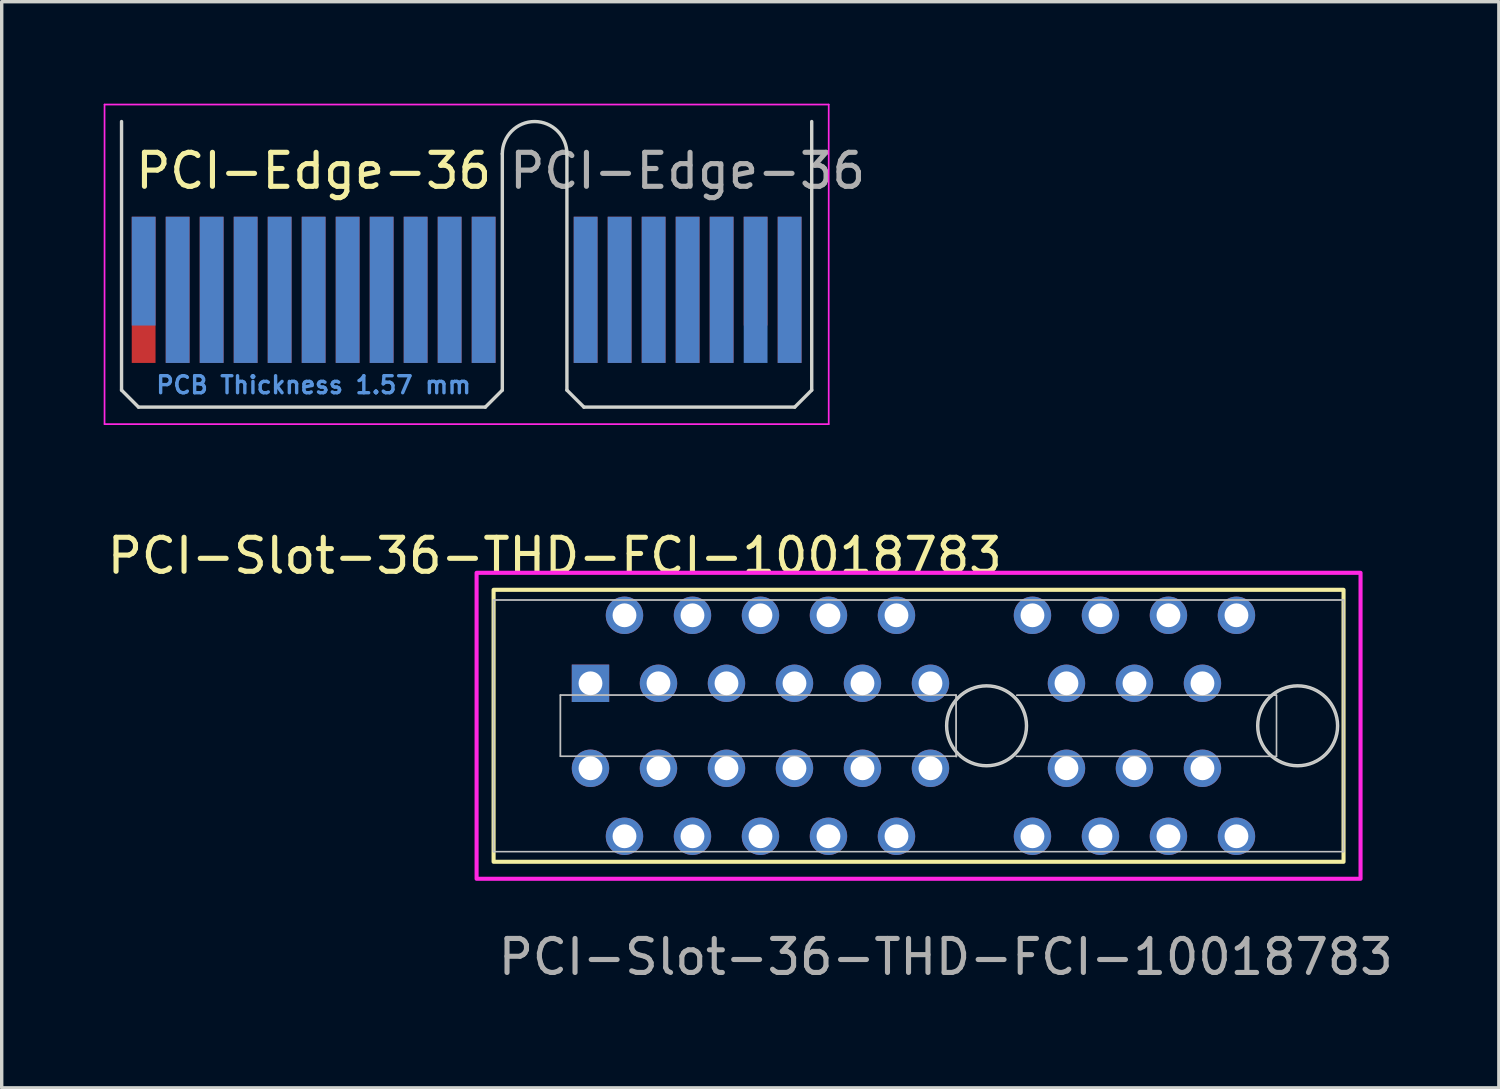
<source format=kicad_pcb>
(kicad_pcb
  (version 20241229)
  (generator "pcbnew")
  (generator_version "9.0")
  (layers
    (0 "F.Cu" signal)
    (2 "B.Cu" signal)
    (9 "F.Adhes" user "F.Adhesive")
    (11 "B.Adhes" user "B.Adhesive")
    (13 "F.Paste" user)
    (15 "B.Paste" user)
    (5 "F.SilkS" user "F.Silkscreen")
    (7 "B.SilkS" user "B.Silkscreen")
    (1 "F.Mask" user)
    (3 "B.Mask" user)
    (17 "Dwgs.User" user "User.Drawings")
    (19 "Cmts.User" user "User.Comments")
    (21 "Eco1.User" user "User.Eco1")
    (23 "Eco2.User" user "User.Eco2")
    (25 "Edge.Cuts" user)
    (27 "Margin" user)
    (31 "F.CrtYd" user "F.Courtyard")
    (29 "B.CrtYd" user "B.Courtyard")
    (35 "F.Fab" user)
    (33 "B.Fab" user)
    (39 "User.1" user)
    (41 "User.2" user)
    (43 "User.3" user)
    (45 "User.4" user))
  (footprint "PCI-Edge-36"
    (layer "F.Cu")
    (at 1.175 5.475)
    (property "Reference" "PCI-Edge-36" (at 5 -3.5 0) (layer "F.SilkS") (effects (font (size 1 1) (thickness 0.15))))
    (attr exclude_from_pos_files exclude_from_bom)
    (fp_line (start -0.65 -4.95) (end -0.65 2.95) (stroke (width 0.1) (type solid)) (layer "Edge.Cuts"))
    (fp_line (start -0.65 2.95) (end -0.15 3.45) (stroke (width 0.1) (type solid)) (layer "Edge.Cuts"))
    (fp_line (start -0.15 3.45) (end 10.05 3.45) (stroke (width 0.1) (type solid)) (layer "Edge.Cuts"))
    (fp_line (start 10.55 -4) (end 10.55 2.95) (stroke (width 0.1) (type solid)) (layer "Edge.Cuts"))
    (fp_line (start 10.55 2.95) (end 10.05 3.45) (stroke (width 0.1) (type solid)) (layer "Edge.Cuts"))
    (fp_line (start 12.45 -4) (end 12.45 2.95) (stroke (width 0.1) (type solid)) (layer "Edge.Cuts"))
    (fp_line (start 12.45 2.95) (end 12.95 3.45) (stroke (width 0.1) (type solid)) (layer "Edge.Cuts"))
    (fp_line (start 12.95 3.45) (end 19.15 3.45) (stroke (width 0.1) (type solid)) (layer "Edge.Cuts"))
    (fp_line (start 19.65 -4.95) (end 19.65 2.95) (stroke (width 0.1) (type solid)) (layer "Edge.Cuts"))
    (fp_line (start 19.65 2.95) (end 19.15 3.45) (stroke (width 0.1) (type solid)) (layer "Edge.Cuts"))
    (fp_arc (start 10.55 -4) (mid 11.5 -4.95) (end 12.45 -4) (stroke (width 0.1) (type solid)) (layer "Edge.Cuts"))
    (fp_line (start -1.15 -5.45) (end -1.15 3.95) (stroke (width 0.05) (type solid)) (layer "F.CrtYd"))
    (fp_line (start -1.15 -5.45) (end 20.15 -5.45) (stroke (width 0.05) (type solid)) (layer "F.CrtYd"))
    (fp_line (start 20.15 3.95) (end -1.15 3.95) (stroke (width 0.05) (type solid)) (layer "F.CrtYd"))
    (fp_line (start 20.15 3.95) (end 20.15 -5.45) (stroke (width 0.05) (type solid)) (layer "F.CrtYd"))
    (fp_text user "PCB Thickness 1.57 mm" (at 5 2.8 180) (layer "Cmts.User") (effects (font (size 0.5 0.5) (thickness 0.1))))
    (fp_text user "${REFERENCE}" (at 16 -3.5 0) (layer "F.Fab") (effects (font (size 1 1) (thickness 0.15))))
    (pad "A1" connect rect (at 0 -0.55) (size 0.7 3.2) (layers "B.Cu" "B.Mask"))
    (pad "A2" connect rect (at 1 0) (size 0.7 4.3) (layers "B.Cu" "B.Mask"))
    (pad "A3" connect rect (at 2 0) (size 0.7 4.3) (layers "B.Cu" "B.Mask"))
    (pad "A4" connect rect (at 3 0) (size 0.7 4.3) (layers "B.Cu" "B.Mask"))
    (pad "A5" connect rect (at 4 0) (size 0.7 4.3) (layers "B.Cu" "B.Mask"))
    (pad "A6" connect rect (at 5 0) (size 0.7 4.3) (layers "B.Cu" "B.Mask"))
    (pad "A7" connect rect (at 6 0) (size 0.7 4.3) (layers "B.Cu" "B.Mask"))
    (pad "A8" connect rect (at 7 0) (size 0.7 4.3) (layers "B.Cu" "B.Mask"))
    (pad "A9" connect rect (at 8 0) (size 0.7 4.3) (layers "B.Cu" "B.Mask"))
    (pad "A10" connect rect (at 9 0) (size 0.7 4.3) (layers "B.Cu" "B.Mask"))
    (pad "A11" connect rect (at 10 0) (size 0.7 4.3) (layers "B.Cu" "B.Mask"))
    (pad "A12" connect rect (at 13 0) (size 0.7 4.3) (layers "B.Cu" "B.Mask"))
    (pad "A13" connect rect (at 14 0) (size 0.7 4.3) (layers "B.Cu" "B.Mask"))
    (pad "A14" connect rect (at 15 0) (size 0.7 4.3) (layers "B.Cu" "B.Mask"))
    (pad "A15" connect rect (at 16 0) (size 0.7 4.3) (layers "B.Cu" "B.Mask"))
    (pad "A16" connect rect (at 17 0) (size 0.7 4.3) (layers "B.Cu" "B.Mask"))
    (pad "A17" connect rect (at 18 0) (size 0.7 4.3) (layers "B.Cu" "B.Mask"))
    (pad "A18" connect rect (at 19 0) (size 0.7 4.3) (layers "B.Cu" "B.Mask"))
    (pad "B1" connect rect (at 0 0) (size 0.7 4.3) (layers "F.Cu" "F.Mask"))
    (pad "B2" connect rect (at 1 0) (size 0.7 4.3) (layers "F.Cu" "F.Mask"))
    (pad "B3" connect rect (at 2 0) (size 0.7 4.3) (layers "F.Cu" "F.Mask"))
    (pad "B4" connect rect (at 3 0) (size 0.7 4.3) (layers "F.Cu" "F.Mask"))
    (pad "B5" connect rect (at 4 0) (size 0.7 4.3) (layers "F.Cu" "F.Mask"))
    (pad "B6" connect rect (at 5 0) (size 0.7 4.3) (layers "F.Cu" "F.Mask"))
    (pad "B7" connect rect (at 6 0) (size 0.7 4.3) (layers "F.Cu" "F.Mask"))
    (pad "B8" connect rect (at 7 0) (size 0.7 4.3) (layers "F.Cu" "F.Mask"))
    (pad "B9" connect rect (at 8 0) (size 0.7 4.3) (layers "F.Cu" "F.Mask"))
    (pad "B10" connect rect (at 9 0) (size 0.7 4.3) (layers "F.Cu" "F.Mask"))
    (pad "B11" connect rect (at 10 0) (size 0.7 4.3) (layers "F.Cu" "F.Mask"))
    (pad "B12" connect rect (at 13 0) (size 0.7 4.3) (layers "F.Cu" "F.Mask"))
    (pad "B13" connect rect (at 14 0) (size 0.7 4.3) (layers "F.Cu" "F.Mask"))
    (pad "B14" connect rect (at 15 0) (size 0.7 4.3) (layers "F.Cu" "F.Mask"))
    (pad "B15" connect rect (at 16 0) (size 0.7 4.3) (layers "F.Cu" "F.Mask"))
    (pad "B16" connect rect (at 17 0) (size 0.7 4.3) (layers "F.Cu" "F.Mask"))
    (pad "B17" connect rect (at 18 -0.55) (size 0.7 3.2) (layers "F.Cu" "F.Mask"))
    (pad "B18" connect rect (at 19 0) (size 0.7 4.3) (layers "F.Cu" "F.Mask")))
  (footprint "PCI-Slot-36-THD-FCI-10018783"
    (layer "F.Cu")
    (at 25.968 18.298)
    (property "Reference" "PCI-Slot-36-THD-FCI-10018783" (at -12.7 -5 0) (unlocked yes) (layer "F.SilkS") (effects (font (size 1 1) (thickness 0.15))))
    (attr smd)
    (fp_rect (start -14.5 -4) (end 10.5 4) (stroke (width 0.12) (type default)) (fill no) (layer "F.SilkS"))
    (fp_line (start -14.504 -3.7) (end -14.504 3.7) (stroke (width 0.04) (type default)) (layer "Dwgs.User"))
    (fp_line (start -14.504 -3.7) (end 10.496 -3.7) (stroke (width 0.04) (type default)) (layer "Dwgs.User"))
    (fp_line (start -12.54 -0.906) (end -0.9 -0.906) (stroke (width 0.04) (type default)) (layer "Dwgs.User"))
    (fp_line (start -12.54 0.894) (end -12.54 -0.906) (stroke (width 0.04) (type default)) (layer "Dwgs.User"))
    (fp_line (start -0.9 -0.906) (end -0.9 0.906) (stroke (width 0.04) (type default)) (layer "Dwgs.User"))
    (fp_line (start -0.887 0.894) (end -12.54 0.894) (stroke (width 0.04) (type default)) (layer "Dwgs.User"))
    (fp_line (start 0.886 -0.9) (end 8.526 -0.9) (stroke (width 0.04) (type default)) (layer "Dwgs.User"))
    (fp_line (start 8.526 -0.9) (end 8.526 0.9) (stroke (width 0.04) (type default)) (layer "Dwgs.User"))
    (fp_line (start 8.526 0.9) (end 0.874 0.9) (stroke (width 0.04) (type default)) (layer "Dwgs.User"))
    (fp_line (start 10.496 -3.7) (end 10.496 3.7) (stroke (width 0.04) (type default)) (layer "Dwgs.User"))
    (fp_line (start 10.496 3.7) (end -14.504 3.7) (stroke (width 0.04) (type default)) (layer "Dwgs.User"))
    (fp_circle (center -0.004 0) (end 1.171 0) (stroke (width 0.04) (type default)) (fill no) (layer "Dwgs.User"))
    (fp_circle (center 9.146 0) (end 10.321 0) (stroke (width 0.04) (type default)) (fill no) (layer "Dwgs.User"))
    (fp_circle (center 0 0) (end 1.175 0) (stroke (width 0.1) (type default)) (fill no) (layer "Edge.Cuts"))
    (fp_circle (center 9.15 0) (end 10.325 0) (stroke (width 0.1) (type solid)) (fill no) (layer "Edge.Cuts"))
    (fp_rect (start -15 -4.5) (end 11 4.5) (stroke (width 0.12) (type default)) (fill no) (layer "F.CrtYd"))
    (fp_line (start -14.5 -3.7) (end -14.5 3.7) (stroke (width 0.04) (type default)) (layer "F.Fab"))
    (fp_line (start -14.5 -3.7) (end 10.5 -3.7) (stroke (width 0.04) (type default)) (layer "F.Fab"))
    (fp_line (start -12.53 -0.9) (end -0.89 -0.9) (stroke (width 0.04) (type default)) (layer "F.Fab"))
    (fp_line (start -12.53 0.9) (end -12.53 -0.9) (stroke (width 0.04) (type default)) (layer "F.Fab"))
    (fp_line (start -0.89 -0.9) (end -0.89 0.912) (stroke (width 0.04) (type default)) (layer "F.Fab"))
    (fp_line (start -0.877 0.9) (end -12.53 0.9) (stroke (width 0.04) (type default)) (layer "F.Fab"))
    (fp_line (start 0.89 -0.9) (end 8.53 -0.9) (stroke (width 0.04) (type default)) (layer "F.Fab"))
    (fp_line (start 8.53 -0.9) (end 8.53 0.9) (stroke (width 0.04) (type default)) (layer "F.Fab"))
    (fp_line (start 8.53 0.9) (end 0.878 0.9) (stroke (width 0.04) (type default)) (layer "F.Fab"))
    (fp_line (start 10.5 -3.7) (end 10.5 3.7) (stroke (width 0.04) (type default)) (layer "F.Fab"))
    (fp_line (start 10.5 3.7) (end -14.5 3.7) (stroke (width 0.04) (type default)) (layer "F.Fab"))
    (fp_arc (start -11.65 0.948) (mid -11.348 1.25) (end -11.65 1.552) (stroke (width 0.04) (type default)) (layer "F.Fab"))
    (fp_arc (start -11.65 1.552) (mid -11.952 1.25) (end -11.65 0.948) (stroke (width 0.04) (type default)) (layer "F.Fab"))
    (fp_arc (start -10.65 -3.552) (mid -10.348 -3.25) (end -10.65 -2.948) (stroke (width 0.04) (type default)) (layer "F.Fab"))
    (fp_arc (start -10.65 -2.948) (mid -10.952 -3.25) (end -10.65 -3.552) (stroke (width 0.04) (type default)) (layer "F.Fab"))
    (fp_arc (start -10.65 2.948) (mid -10.348 3.25) (end -10.65 3.552) (stroke (width 0.04) (type default)) (layer "F.Fab"))
    (fp_arc (start -10.65 3.552) (mid -10.952 3.25) (end -10.65 2.948) (stroke (width 0.04) (type default)) (layer "F.Fab"))
    (fp_arc (start -9.65 -1.552) (mid -9.348 -1.25) (end -9.65 -0.948) (stroke (width 0.04) (type default)) (layer "F.Fab"))
    (fp_arc (start -9.65 -0.948) (mid -9.952 -1.25) (end -9.65 -1.552) (stroke (width 0.04) (type default)) (layer "F.Fab"))
    (fp_arc (start -9.65 0.948) (mid -9.348 1.25) (end -9.65 1.552) (stroke (width 0.04) (type default)) (layer "F.Fab"))
    (fp_arc (start -9.65 1.552) (mid -9.952 1.25) (end -9.65 0.948) (stroke (width 0.04) (type default)) (layer "F.Fab"))
    (fp_arc (start -8.65 -3.552) (mid -8.348 -3.25) (end -8.65 -2.948) (stroke (width 0.04) (type default)) (layer "F.Fab"))
    (fp_arc (start -8.65 -2.948) (mid -8.952 -3.25) (end -8.65 -3.552) (stroke (width 0.04) (type default)) (layer "F.Fab"))
    (fp_arc (start -8.65 2.948) (mid -8.348 3.25) (end -8.65 3.552) (stroke (width 0.04) (type default)) (layer "F.Fab"))
    (fp_arc (start -8.65 3.552) (mid -8.952 3.25) (end -8.65 2.948) (stroke (width 0.04) (type default)) (layer "F.Fab"))
    (fp_arc (start -7.65 -1.552) (mid -7.348 -1.25) (end -7.65 -0.948) (stroke (width 0.04) (type default)) (layer "F.Fab"))
    (fp_arc (start -7.65 -0.948) (mid -7.952 -1.25) (end -7.65 -1.552) (stroke (width 0.04) (type default)) (layer "F.Fab"))
    (fp_arc (start -7.65 0.948) (mid -7.348 1.25) (end -7.65 1.552) (stroke (width 0.04) (type default)) (layer "F.Fab"))
    (fp_arc (start -7.65 1.552) (mid -7.952 1.25) (end -7.65 0.948) (stroke (width 0.04) (type default)) (layer "F.Fab"))
    (fp_arc (start -6.65 -3.552) (mid -6.348 -3.25) (end -6.65 -2.948) (stroke (width 0.04) (type default)) (layer "F.Fab"))
    (fp_arc (start -6.65 -2.948) (mid -6.952 -3.25) (end -6.65 -3.552) (stroke (width 0.04) (type default)) (layer "F.Fab"))
    (fp_arc (start -6.65 2.948) (mid -6.348 3.25) (end -6.65 3.552) (stroke (width 0.04) (type default)) (layer "F.Fab"))
    (fp_arc (start -6.65 3.552) (mid -6.952 3.25) (end -6.65 2.948) (stroke (width 0.04) (type default)) (layer "F.Fab"))
    (fp_arc (start -5.65 -1.552) (mid -5.348 -1.25) (end -5.65 -0.948) (stroke (width 0.04) (type default)) (layer "F.Fab"))
    (fp_arc (start -5.65 -0.948) (mid -5.952 -1.25) (end -5.65 -1.552) (stroke (width 0.04) (type default)) (layer "F.Fab"))
    (fp_arc (start -5.65 0.948) (mid -5.348 1.25) (end -5.65 1.552) (stroke (width 0.04) (type default)) (layer "F.Fab"))
    (fp_arc (start -5.65 1.552) (mid -5.952 1.25) (end -5.65 0.948) (stroke (width 0.04) (type default)) (layer "F.Fab"))
    (fp_arc (start -4.65 -3.552) (mid -4.348 -3.25) (end -4.65 -2.948) (stroke (width 0.04) (type default)) (layer "F.Fab"))
    (fp_arc (start -4.65 -2.948) (mid -4.952 -3.25) (end -4.65 -3.552) (stroke (width 0.04) (type default)) (layer "F.Fab"))
    (fp_arc (start -4.65 2.948) (mid -4.348 3.25) (end -4.65 3.552) (stroke (width 0.04) (type default)) (layer "F.Fab"))
    (fp_arc (start -4.65 3.552) (mid -4.952 3.25) (end -4.65 2.948) (stroke (width 0.04) (type default)) (layer "F.Fab"))
    (fp_arc (start -3.65 -1.552) (mid -3.348 -1.25) (end -3.65 -0.948) (stroke (width 0.04) (type default)) (layer "F.Fab"))
    (fp_arc (start -3.65 -0.948) (mid -3.952 -1.25) (end -3.65 -1.552) (stroke (width 0.04) (type default)) (layer "F.Fab"))
    (fp_arc (start -3.65 0.948) (mid -3.348 1.25) (end -3.65 1.552) (stroke (width 0.04) (type default)) (layer "F.Fab"))
    (fp_arc (start -3.65 1.552) (mid -3.952 1.25) (end -3.65 0.948) (stroke (width 0.04) (type default)) (layer "F.Fab"))
    (fp_arc (start -2.65 -3.552) (mid -2.348 -3.25) (end -2.65 -2.948) (stroke (width 0.04) (type default)) (layer "F.Fab"))
    (fp_arc (start -2.65 -2.948) (mid -2.952 -3.25) (end -2.65 -3.552) (stroke (width 0.04) (type default)) (layer "F.Fab"))
    (fp_arc (start -2.65 2.948) (mid -2.348 3.25) (end -2.65 3.552) (stroke (width 0.04) (type default)) (layer "F.Fab"))
    (fp_arc (start -2.65 3.552) (mid -2.952 3.25) (end -2.65 2.948) (stroke (width 0.04) (type default)) (layer "F.Fab"))
    (fp_arc (start -1.65 -1.552) (mid -1.348 -1.25) (end -1.65 -0.948) (stroke (width 0.04) (type default)) (layer "F.Fab"))
    (fp_arc (start -1.65 -0.948) (mid -1.952 -1.25) (end -1.65 -1.552) (stroke (width 0.04) (type default)) (layer "F.Fab"))
    (fp_arc (start -1.65 0.948) (mid -1.348 1.25) (end -1.65 1.552) (stroke (width 0.04) (type default)) (layer "F.Fab"))
    (fp_arc (start -1.65 1.552) (mid -1.952 1.25) (end -1.65 0.948) (stroke (width 0.04) (type default)) (layer "F.Fab"))
    (fp_arc (start 1.35 -3.552) (mid 1.652 -3.25) (end 1.35 -2.948) (stroke (width 0.04) (type default)) (layer "F.Fab"))
    (fp_arc (start 1.35 -2.948) (mid 1.048 -3.25) (end 1.35 -3.552) (stroke (width 0.04) (type default)) (layer "F.Fab"))
    (fp_arc (start 1.35 2.948) (mid 1.652 3.25) (end 1.35 3.552) (stroke (width 0.04) (type default)) (layer "F.Fab"))
    (fp_arc (start 1.35 3.552) (mid 1.048 3.25) (end 1.35 2.948) (stroke (width 0.04) (type default)) (layer "F.Fab"))
    (fp_arc (start 2.35 -1.552) (mid 2.652 -1.25) (end 2.35 -0.948) (stroke (width 0.04) (type default)) (layer "F.Fab"))
    (fp_arc (start 2.35 -0.948) (mid 2.048 -1.25) (end 2.35 -1.552) (stroke (width 0.04) (type default)) (layer "F.Fab"))
    (fp_arc (start 2.35 0.948) (mid 2.652 1.25) (end 2.35 1.552) (stroke (width 0.04) (type default)) (layer "F.Fab"))
    (fp_arc (start 2.35 1.552) (mid 2.048 1.25) (end 2.35 0.948) (stroke (width 0.04) (type default)) (layer "F.Fab"))
    (fp_arc (start 3.35 -3.552) (mid 3.652 -3.25) (end 3.35 -2.948) (stroke (width 0.04) (type default)) (layer "F.Fab"))
    (fp_arc (start 3.35 -2.948) (mid 3.048 -3.25) (end 3.35 -3.552) (stroke (width 0.04) (type default)) (layer "F.Fab"))
    (fp_arc (start 3.35 2.948) (mid 3.652 3.25) (end 3.35 3.552) (stroke (width 0.04) (type default)) (layer "F.Fab"))
    (fp_arc (start 3.35 3.552) (mid 3.048 3.25) (end 3.35 2.948) (stroke (width 0.04) (type default)) (layer "F.Fab"))
    (fp_arc (start 4.35 -1.552) (mid 4.652 -1.25) (end 4.35 -0.948) (stroke (width 0.04) (type default)) (layer "F.Fab"))
    (fp_arc (start 4.35 -0.948) (mid 4.048 -1.25) (end 4.35 -1.552) (stroke (width 0.04) (type default)) (layer "F.Fab"))
    (fp_arc (start 4.35 0.948) (mid 4.652 1.25) (end 4.35 1.552) (stroke (width 0.04) (type default)) (layer "F.Fab"))
    (fp_arc (start 4.35 1.552) (mid 4.048 1.25) (end 4.35 0.948) (stroke (width 0.04) (type default)) (layer "F.Fab"))
    (fp_arc (start 5.35 -3.552) (mid 5.652 -3.25) (end 5.35 -2.948) (stroke (width 0.04) (type default)) (layer "F.Fab"))
    (fp_arc (start 5.35 -2.948) (mid 5.048 -3.25) (end 5.35 -3.552) (stroke (width 0.04) (type default)) (layer "F.Fab"))
    (fp_arc (start 5.35 2.948) (mid 5.652 3.25) (end 5.35 3.552) (stroke (width 0.04) (type default)) (layer "F.Fab"))
    (fp_arc (start 5.35 3.552) (mid 5.048 3.25) (end 5.35 2.948) (stroke (width 0.04) (type default)) (layer "F.Fab"))
    (fp_arc (start 6.35 -1.552) (mid 6.652 -1.25) (end 6.35 -0.948) (stroke (width 0.04) (type default)) (layer "F.Fab"))
    (fp_arc (start 6.35 -0.948) (mid 6.048 -1.25) (end 6.35 -1.552) (stroke (width 0.04) (type default)) (layer "F.Fab"))
    (fp_arc (start 6.35 0.948) (mid 6.652 1.25) (end 6.35 1.552) (stroke (width 0.04) (type default)) (layer "F.Fab"))
    (fp_arc (start 6.35 1.552) (mid 6.048 1.25) (end 6.35 0.948) (stroke (width 0.04) (type default)) (layer "F.Fab"))
    (fp_arc (start 7.35 -3.552) (mid 7.652 -3.25) (end 7.35 -2.948) (stroke (width 0.04) (type default)) (layer "F.Fab"))
    (fp_arc (start 7.35 -2.948) (mid 7.048 -3.25) (end 7.35 -3.552) (stroke (width 0.04) (type default)) (layer "F.Fab"))
    (fp_arc (start 7.35 2.948) (mid 7.652 3.25) (end 7.35 3.552) (stroke (width 0.04) (type default)) (layer "F.Fab"))
    (fp_arc (start 7.35 3.552) (mid 7.048 3.25) (end 7.35 2.948) (stroke (width 0.04) (type default)) (layer "F.Fab"))
    (fp_circle (center 0 0) (end 1.175 0) (stroke (width 0.04) (type default)) (fill no) (layer "F.Fab"))
    (fp_circle (center 9.15 0) (end 10.325 0) (stroke (width 0.04) (type default)) (fill no) (layer "F.Fab"))
    (fp_text user "${REFERENCE}" (at -1.2 6.8 0) (unlocked yes) (layer "F.Fab") (effects (font (size 1 1) (thickness 0.15))))
    (pad "A1" thru_hole rect (at -11.65 -1.25) (size 1.1 1.1) (drill 0.7) (layers "*.Cu" "*.Mask"))
    (pad "A2" thru_hole circle (at -10.65 -3.25) (size 1.1 1.1) (drill 0.7) (layers "*.Cu" "*.Mask"))
    (pad "A3" thru_hole circle (at -9.65 -1.25) (size 1.1 1.1) (drill 0.7) (layers "*.Cu" "*.Mask"))
    (pad "A4" thru_hole circle (at -8.65 -3.25) (size 1.1 1.1) (drill 0.7) (layers "*.Cu" "*.Mask"))
    (pad "A5" thru_hole circle (at -7.65 -1.25) (size 1.1 1.1) (drill 0.7) (layers "*.Cu" "*.Mask"))
    (pad "A6" thru_hole circle (at -6.65 -3.25) (size 1.1 1.1) (drill 0.7) (layers "*.Cu" "*.Mask"))
    (pad "A7" thru_hole circle (at -5.65 -1.25) (size 1.1 1.1) (drill 0.7) (layers "*.Cu" "*.Mask"))
    (pad "A8" thru_hole circle (at -4.65 -3.25) (size 1.1 1.1) (drill 0.7) (layers "*.Cu" "*.Mask"))
    (pad "A9" thru_hole circle (at -3.65 -1.25) (size 1.1 1.1) (drill 0.7) (layers "*.Cu" "*.Mask"))
    (pad "A10" thru_hole circle (at -2.65 -3.25) (size 1.1 1.1) (drill 0.7) (layers "*.Cu" "*.Mask"))
    (pad "A11" thru_hole circle (at -1.65 -1.25) (size 1.1 1.1) (drill 0.7) (layers "*.Cu" "*.Mask"))
    (pad "A12" thru_hole circle (at 1.35 -3.25) (size 1.1 1.1) (drill 0.7) (layers "*.Cu" "*.Mask"))
    (pad "A13" thru_hole circle (at 2.35 -1.25) (size 1.1 1.1) (drill 0.7) (layers "*.Cu" "*.Mask"))
    (pad "A14" thru_hole circle (at 3.35 -3.25) (size 1.1 1.1) (drill 0.7) (layers "*.Cu" "*.Mask"))
    (pad "A15" thru_hole circle (at 4.35 -1.25) (size 1.1 1.1) (drill 0.7) (layers "*.Cu" "*.Mask"))
    (pad "A16" thru_hole circle (at 5.35 -3.25) (size 1.1 1.1) (drill 0.7) (layers "*.Cu" "*.Mask"))
    (pad "A17" thru_hole circle (at 6.35 -1.25) (size 1.1 1.1) (drill 0.7) (layers "*.Cu" "*.Mask"))
    (pad "A18" thru_hole circle (at 7.35 -3.25) (size 1.1 1.1) (drill 0.7) (layers "*.Cu" "*.Mask"))
    (pad "B1" thru_hole circle (at -11.65 1.25) (size 1.1 1.1) (drill 0.7) (layers "*.Cu" "*.Mask"))
    (pad "B2" thru_hole circle (at -10.65 3.25) (size 1.1 1.1) (drill 0.7) (layers "*.Cu" "*.Mask"))
    (pad "B3" thru_hole circle (at -9.65 1.25) (size 1.1 1.1) (drill 0.7) (layers "*.Cu" "*.Mask"))
    (pad "B4" thru_hole circle (at -8.65 3.25) (size 1.1 1.1) (drill 0.7) (layers "*.Cu" "*.Mask"))
    (pad "B5" thru_hole circle (at -7.65 1.25) (size 1.1 1.1) (drill 0.7) (layers "*.Cu" "*.Mask"))
    (pad "B6" thru_hole circle (at -6.65 3.25) (size 1.1 1.1) (drill 0.7) (layers "*.Cu" "*.Mask"))
    (pad "B7" thru_hole circle (at -5.65 1.25) (size 1.1 1.1) (drill 0.7) (layers "*.Cu" "*.Mask"))
    (pad "B8" thru_hole circle (at -4.65 3.25) (size 1.1 1.1) (drill 0.7) (layers "*.Cu" "*.Mask"))
    (pad "B9" thru_hole circle (at -3.65 1.25) (size 1.1 1.1) (drill 0.7) (layers "*.Cu" "*.Mask"))
    (pad "B10" thru_hole circle (at -2.65 3.25) (size 1.1 1.1) (drill 0.7) (layers "*.Cu" "*.Mask"))
    (pad "B11" thru_hole circle (at -1.65 1.25) (size 1.1 1.1) (drill 0.7) (layers "*.Cu" "*.Mask"))
    (pad "B12" thru_hole circle (at 1.35 3.25) (size 1.1 1.1) (drill 0.7) (layers "*.Cu" "*.Mask"))
    (pad "B13" thru_hole circle (at 2.35 1.25) (size 1.1 1.1) (drill 0.7) (layers "*.Cu" "*.Mask"))
    (pad "B14" thru_hole circle (at 3.35 3.25) (size 1.1 1.1) (drill 0.7) (layers "*.Cu" "*.Mask"))
    (pad "B15" thru_hole circle (at 4.35 1.25) (size 1.1 1.1) (drill 0.7) (layers "*.Cu" "*.Mask"))
    (pad "B16" thru_hole circle (at 5.35 3.25) (size 1.1 1.1) (drill 0.7) (layers "*.Cu" "*.Mask"))
    (pad "B17" thru_hole circle (at 6.35 1.25) (size 1.1 1.1) (drill 0.7) (layers "*.Cu" "*.Mask"))
    (pad "B18" thru_hole circle (at 7.35 3.25) (size 1.1 1.1) (drill 0.7) (layers "*.Cu" "*.Mask")))
  (gr_rect
    (start -3 -3)
    (end 41.036 28.947)
    (stroke (width 0.1) (type default))
    (fill no)
    (layer "Edge.Cuts")))
</source>
